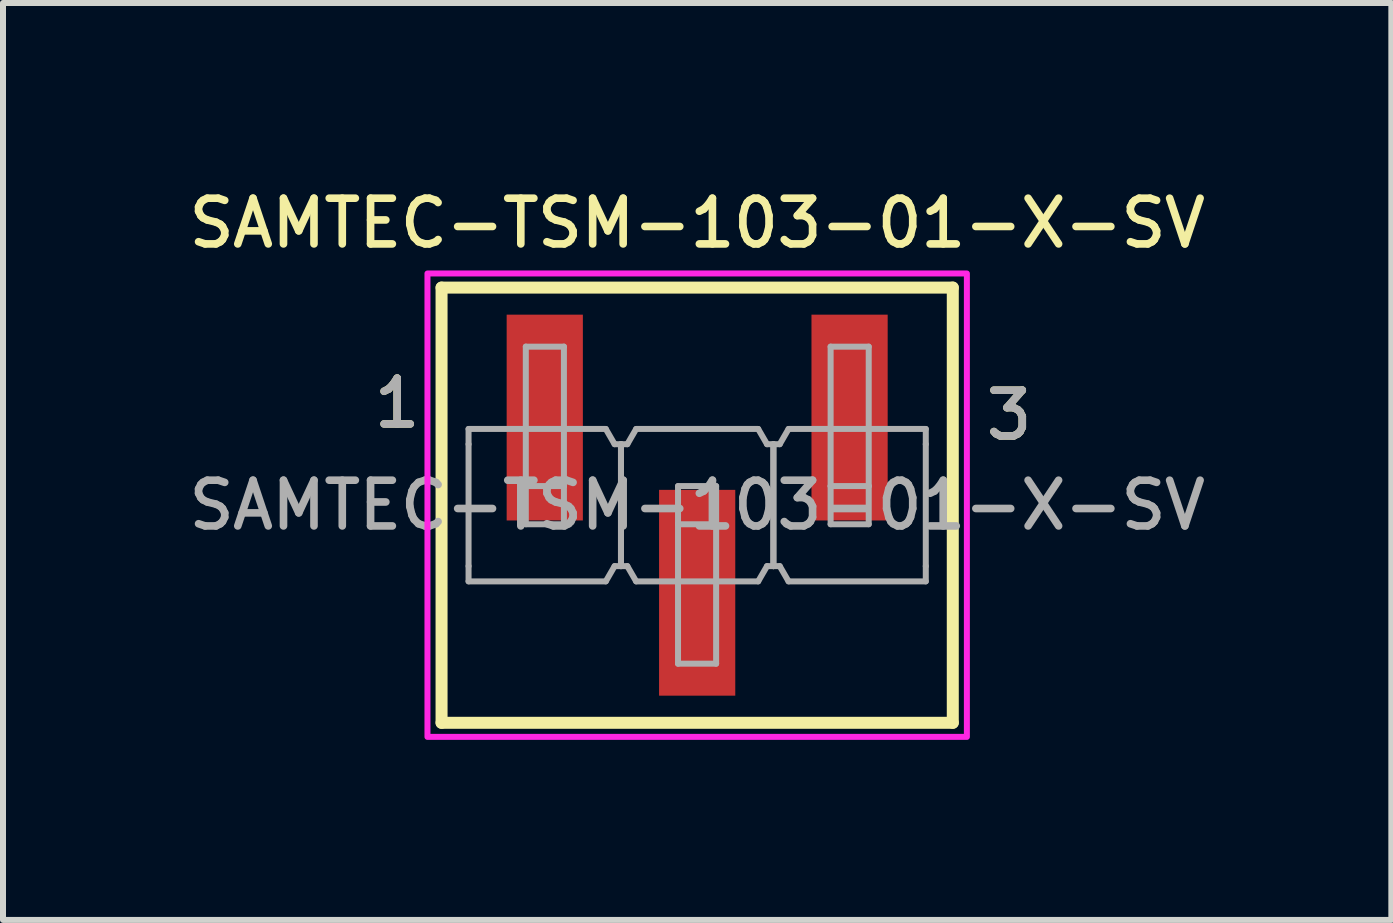
<source format=kicad_pcb>
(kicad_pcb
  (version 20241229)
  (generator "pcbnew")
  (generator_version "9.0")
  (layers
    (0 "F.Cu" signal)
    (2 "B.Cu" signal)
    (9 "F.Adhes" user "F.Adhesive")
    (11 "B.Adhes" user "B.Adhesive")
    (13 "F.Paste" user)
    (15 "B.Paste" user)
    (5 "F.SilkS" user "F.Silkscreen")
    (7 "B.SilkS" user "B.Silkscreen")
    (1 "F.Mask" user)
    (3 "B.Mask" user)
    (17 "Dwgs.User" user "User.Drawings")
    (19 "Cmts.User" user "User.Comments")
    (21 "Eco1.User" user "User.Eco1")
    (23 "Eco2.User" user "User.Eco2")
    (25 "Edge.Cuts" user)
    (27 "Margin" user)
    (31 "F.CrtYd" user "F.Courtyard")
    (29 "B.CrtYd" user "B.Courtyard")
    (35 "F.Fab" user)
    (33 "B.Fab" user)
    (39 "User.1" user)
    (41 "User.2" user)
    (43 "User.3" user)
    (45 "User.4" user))
  (footprint "SAMTEC-TSM-103-01-X-SV"
    (layer "F.Cu")
    (at 8.569 5.369)
    (property "Reference" "SAMTEC-TSM-103-01-X-SV" (at 0 -4.7 0) (layer "F.SilkS") (effects (font (size 0.762 0.762) (thickness 0.127))))
    (attr smd)
    (fp_poly (pts (xy -3.226 -3.226) (xy -1.854 -3.226) (xy -1.854 0.306) (xy -3.226 0.306)) (stroke (width 0.01) (type solid)) (fill yes) (layer "F.Mask"))
    (fp_poly (pts (xy -0.686 -0.306) (xy 0.686 -0.306) (xy 0.686 3.226) (xy -0.686 3.226)) (stroke (width 0.01) (type solid)) (fill yes) (layer "F.Mask"))
    (fp_poly (pts (xy 1.854 -3.226) (xy 3.226 -3.226) (xy 3.226 0.306) (xy 1.854 0.306)) (stroke (width 0.01) (type solid)) (fill yes) (layer "F.Mask"))
    (fp_line (start -4.26 -3.626) (end -4.26 3.627) (stroke (width 0.2) (type solid)) (layer "F.SilkS"))
    (fp_line (start -4.26 3.627) (end 4.26 3.627) (stroke (width 0.2) (type solid)) (layer "F.SilkS"))
    (fp_line (start 4.26 -3.626) (end -4.26 -3.626) (stroke (width 0.2) (type solid)) (layer "F.SilkS"))
    (fp_line (start 4.26 3.627) (end 4.26 -3.626) (stroke (width 0.2) (type solid)) (layer "F.SilkS"))
    (fp_poly (pts (xy -3.175 -3.175) (xy -1.905 -3.175) (xy -1.905 0.255) (xy -3.175 0.255)) (stroke (width 0.01) (type solid)) (fill yes) (layer "F.Paste"))
    (fp_poly (pts (xy -0.635 -0.255) (xy 0.635 -0.255) (xy 0.635 3.175) (xy -0.635 3.175)) (stroke (width 0.01) (type solid)) (fill yes) (layer "F.Paste"))
    (fp_poly (pts (xy 1.905 -3.175) (xy 3.175 -3.175) (xy 3.175 0.255) (xy 1.905 0.255)) (stroke (width 0.01) (type solid)) (fill yes) (layer "F.Paste"))
    (fp_poly (pts (xy -4.495 3.862) (xy -4.495 -3.861) (xy 4.495 -3.861) (xy 4.495 3.862) (xy -4.495 3.862)) (stroke (width 0.1) (type solid)) (fill no) (layer "F.CrtYd"))
    (fp_line (start -3.81 -1.016) (end -3.81 -1.27) (stroke (width 0.1) (type solid)) (layer "F.Fab"))
    (fp_line (start -3.81 -1.016) (end -3.81 1.016) (stroke (width 0.1) (type solid)) (layer "F.Fab"))
    (fp_line (start -3.81 1.27) (end -3.81 1.016) (stroke (width 0.1) (type solid)) (layer "F.Fab"))
    (fp_line (start -3.81 1.27) (end -1.523 1.27) (stroke (width 0.1) (type solid)) (layer "F.Fab"))
    (fp_line (start -2.856 -2.642) (end -2.221 -2.642) (stroke (width 0.1) (type solid)) (layer "F.Fab"))
    (fp_line (start -2.856 -1.27) (end -2.856 -2.642) (stroke (width 0.1) (type solid)) (layer "F.Fab"))
    (fp_line (start -2.856 -0.318) (end -2.856 -1.27) (stroke (width 0.1) (type solid)) (layer "F.Fab"))
    (fp_line (start -2.856 -0.318) (end -2.221 -0.318) (stroke (width 0.1) (type solid)) (layer "F.Fab"))
    (fp_line (start -2.856 0.318) (end -2.856 -0.318) (stroke (width 0.1) (type solid)) (layer "F.Fab"))
    (fp_line (start -2.856 0.318) (end -2.221 0.318) (stroke (width 0.1) (type solid)) (layer "F.Fab"))
    (fp_line (start -2.221 -1.27) (end -2.221 -2.642) (stroke (width 0.1) (type solid)) (layer "F.Fab"))
    (fp_line (start -2.221 -0.318) (end -2.221 -1.27) (stroke (width 0.1) (type solid)) (layer "F.Fab"))
    (fp_line (start -2.221 -0.318) (end -2.221 0.318) (stroke (width 0.1) (type solid)) (layer "F.Fab"))
    (fp_line (start -1.523 -1.27) (end -3.81 -1.27) (stroke (width 0.1) (type solid)) (layer "F.Fab"))
    (fp_line (start -1.523 -1.27) (end -1.376 -1.016) (stroke (width 0.1) (type solid)) (layer "F.Fab"))
    (fp_line (start -1.376 -1.016) (end -1.27 -1.016) (stroke (width 0.1) (type solid)) (layer "F.Fab"))
    (fp_line (start -1.376 1.016) (end -1.523 1.27) (stroke (width 0.1) (type solid)) (layer "F.Fab"))
    (fp_line (start -1.27 -1.016) (end -1.27 1.016) (stroke (width 0.1) (type solid)) (layer "F.Fab"))
    (fp_line (start -1.27 -1.016) (end -1.164 -1.016) (stroke (width 0.1) (type solid)) (layer "F.Fab"))
    (fp_line (start -1.27 1.016) (end -1.376 1.016) (stroke (width 0.1) (type solid)) (layer "F.Fab"))
    (fp_line (start -1.27 1.016) (end -1.27 -1.016) (stroke (width 0.1) (type solid)) (layer "F.Fab"))
    (fp_line (start -1.164 -1.016) (end -1.017 -1.27) (stroke (width 0.1) (type solid)) (layer "F.Fab"))
    (fp_line (start -1.164 1.016) (end -1.27 1.016) (stroke (width 0.1) (type solid)) (layer "F.Fab"))
    (fp_line (start -1.017 1.27) (end -1.164 1.016) (stroke (width 0.1) (type solid)) (layer "F.Fab"))
    (fp_line (start -1.017 1.27) (end 1.017 1.27) (stroke (width 0.1) (type solid)) (layer "F.Fab"))
    (fp_line (start -0.319 0.318) (end -0.319 -0.318) (stroke (width 0.1) (type solid)) (layer "F.Fab"))
    (fp_line (start -0.319 0.318) (end -0.319 1.27) (stroke (width 0.1) (type solid)) (layer "F.Fab"))
    (fp_line (start -0.319 1.27) (end -0.319 2.642) (stroke (width 0.1) (type solid)) (layer "F.Fab"))
    (fp_line (start 0.316 -0.318) (end -0.319 -0.318) (stroke (width 0.1) (type solid)) (layer "F.Fab"))
    (fp_line (start 0.316 -0.318) (end 0.316 0.318) (stroke (width 0.1) (type solid)) (layer "F.Fab"))
    (fp_line (start 0.316 0.318) (end -0.319 0.318) (stroke (width 0.1) (type solid)) (layer "F.Fab"))
    (fp_line (start 0.316 0.318) (end 0.316 1.27) (stroke (width 0.1) (type solid)) (layer "F.Fab"))
    (fp_line (start 0.316 1.27) (end 0.316 2.642) (stroke (width 0.1) (type solid)) (layer "F.Fab"))
    (fp_line (start 0.316 2.642) (end -0.319 2.642) (stroke (width 0.1) (type solid)) (layer "F.Fab"))
    (fp_line (start 1.017 -1.27) (end -1.017 -1.27) (stroke (width 0.1) (type solid)) (layer "F.Fab"))
    (fp_line (start 1.017 -1.27) (end 1.164 -1.016) (stroke (width 0.1) (type solid)) (layer "F.Fab"))
    (fp_line (start 1.164 -1.016) (end 1.271 -1.016) (stroke (width 0.1) (type solid)) (layer "F.Fab"))
    (fp_line (start 1.164 1.016) (end 1.017 1.27) (stroke (width 0.1) (type solid)) (layer "F.Fab"))
    (fp_line (start 1.27 1.016) (end 1.27 -1.016) (stroke (width 0.1) (type solid)) (layer "F.Fab"))
    (fp_line (start 1.27 1.016) (end 1.376 1.016) (stroke (width 0.1) (type solid)) (layer "F.Fab"))
    (fp_line (start 1.271 1.016) (end 1.164 1.016) (stroke (width 0.1) (type solid)) (layer "F.Fab"))
    (fp_line (start 1.271 1.016) (end 1.271 -1.016) (stroke (width 0.1) (type solid)) (layer "F.Fab"))
    (fp_line (start 1.376 -1.016) (end 1.27 -1.016) (stroke (width 0.1) (type solid)) (layer "F.Fab"))
    (fp_line (start 1.376 1.016) (end 1.523 1.27) (stroke (width 0.1) (type solid)) (layer "F.Fab"))
    (fp_line (start 1.523 -1.27) (end 1.376 -1.016) (stroke (width 0.1) (type solid)) (layer "F.Fab"))
    (fp_line (start 1.523 -1.27) (end 3.81 -1.27) (stroke (width 0.1) (type solid)) (layer "F.Fab"))
    (fp_line (start 2.224 -2.642) (end 2.859 -2.642) (stroke (width 0.1) (type solid)) (layer "F.Fab"))
    (fp_line (start 2.224 -1.27) (end 2.224 -2.642) (stroke (width 0.1) (type solid)) (layer "F.Fab"))
    (fp_line (start 2.224 -0.318) (end 2.224 -1.27) (stroke (width 0.1) (type solid)) (layer "F.Fab"))
    (fp_line (start 2.224 -0.318) (end 2.859 -0.318) (stroke (width 0.1) (type solid)) (layer "F.Fab"))
    (fp_line (start 2.224 0.318) (end 2.224 -0.318) (stroke (width 0.1) (type solid)) (layer "F.Fab"))
    (fp_line (start 2.224 0.318) (end 2.859 0.318) (stroke (width 0.1) (type solid)) (layer "F.Fab"))
    (fp_line (start 2.859 -1.27) (end 2.859 -2.642) (stroke (width 0.1) (type solid)) (layer "F.Fab"))
    (fp_line (start 2.859 -0.318) (end 2.859 -1.27) (stroke (width 0.1) (type solid)) (layer "F.Fab"))
    (fp_line (start 2.859 -0.318) (end 2.859 0.318) (stroke (width 0.1) (type solid)) (layer "F.Fab"))
    (fp_line (start 3.81 -1.016) (end 3.81 -1.27) (stroke (width 0.1) (type solid)) (layer "F.Fab"))
    (fp_line (start 3.81 -1.016) (end 3.81 1.016) (stroke (width 0.1) (type solid)) (layer "F.Fab"))
    (fp_line (start 3.81 1.27) (end 1.523 1.27) (stroke (width 0.1) (type solid)) (layer "F.Fab"))
    (fp_line (start 3.81 1.27) (end 3.81 1.016) (stroke (width 0.1) (type solid)) (layer "F.Fab"))
    (fp_text user "3" (at 5.2 -1.5 0) (layer "F.SilkS") (effects (font (size 0.762 0.762) (thickness 0.127))))
    (fp_text user "1" (at -5 -1.7 0) (layer "F.SilkS") (effects (font (size 0.762 0.762) (thickness 0.127))))
    (fp_text user "${REFERENCE}" (at 0 0 0) (layer "F.Fab") (effects (font (size 0.762 0.762) (thickness 0.127))))
    (fp_text user "3" (at 5.2 -1.5 0) (layer "F.Fab") (effects (font (size 0.762 0.762) (thickness 0.127))))
    (fp_text user "1" (at -5 -1.7 0) (layer "F.Fab") (effects (font (size 0.762 0.762) (thickness 0.127))))
    (pad "1" smd rect (at -2.54 -1.46) (size 1.27 3.43) (layers "F.Cu" "F.Paste"))
    (pad "2" smd rect (at 0 1.46) (size 1.27 3.43) (layers "F.Cu" "F.Paste"))
    (pad "3" smd rect (at 2.54 -1.46) (size 1.27 3.43) (layers "F.Cu" "F.Paste")))
  (gr_rect
    (start -3 -3)
    (end 20.138 12.281)
    (stroke (width 0.1) (type default))
    (fill no)
    (layer "Edge.Cuts")))
</source>
